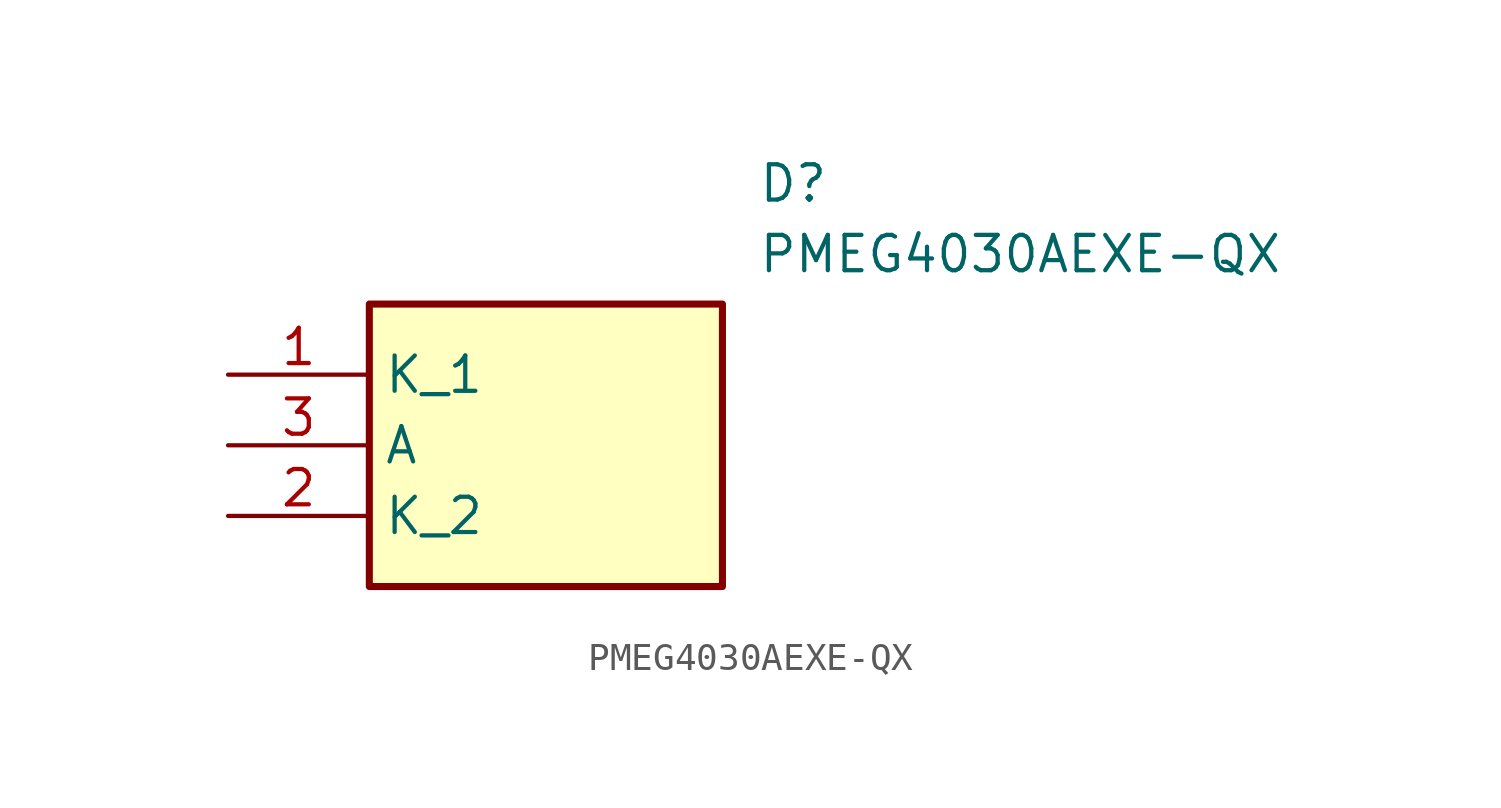
<source format=kicad_sym>
(kicad_symbol_lib
  (version 20211014)
  (generator SamacSys_ECAD_Model)
  (symbol "PMEG4030AEXE-QX"
    (property "Reference" "D"
      (at 19.05 7.62 0)
      (effects (font (size 1.27 1.27)) (justify left top)))
    (property "Value" "PMEG4030AEXE-QX"
      (at 19.05 5.08 0)
      (effects (font (size 1.27 1.27)) (justify left top)))
    (rectangle
      (start 5.08 2.54)
      (end 17.78 -7.62)
      (stroke (width 0.254) (type default))
      (fill (type background)))
    (pin passive line
      (at 0 0 0)
      (length 5.08)
      (name "K_1" (effects (font (size 1.27 1.27))))
      (number "1" (effects (font (size 1.27 1.27)))))
    (pin passive line
      (at 0 -5.08 0)
      (length 5.08)
      (name "K_2" (effects (font (size 1.27 1.27))))
      (number "2" (effects (font (size 1.27 1.27)))))
    (pin passive line
      (at 0 -2.54 0)
      (length 5.08)
      (name "A" (effects (font (size 1.27 1.27))))
      (number "3" (effects (font (size 1.27 1.27)))))))
</source>
